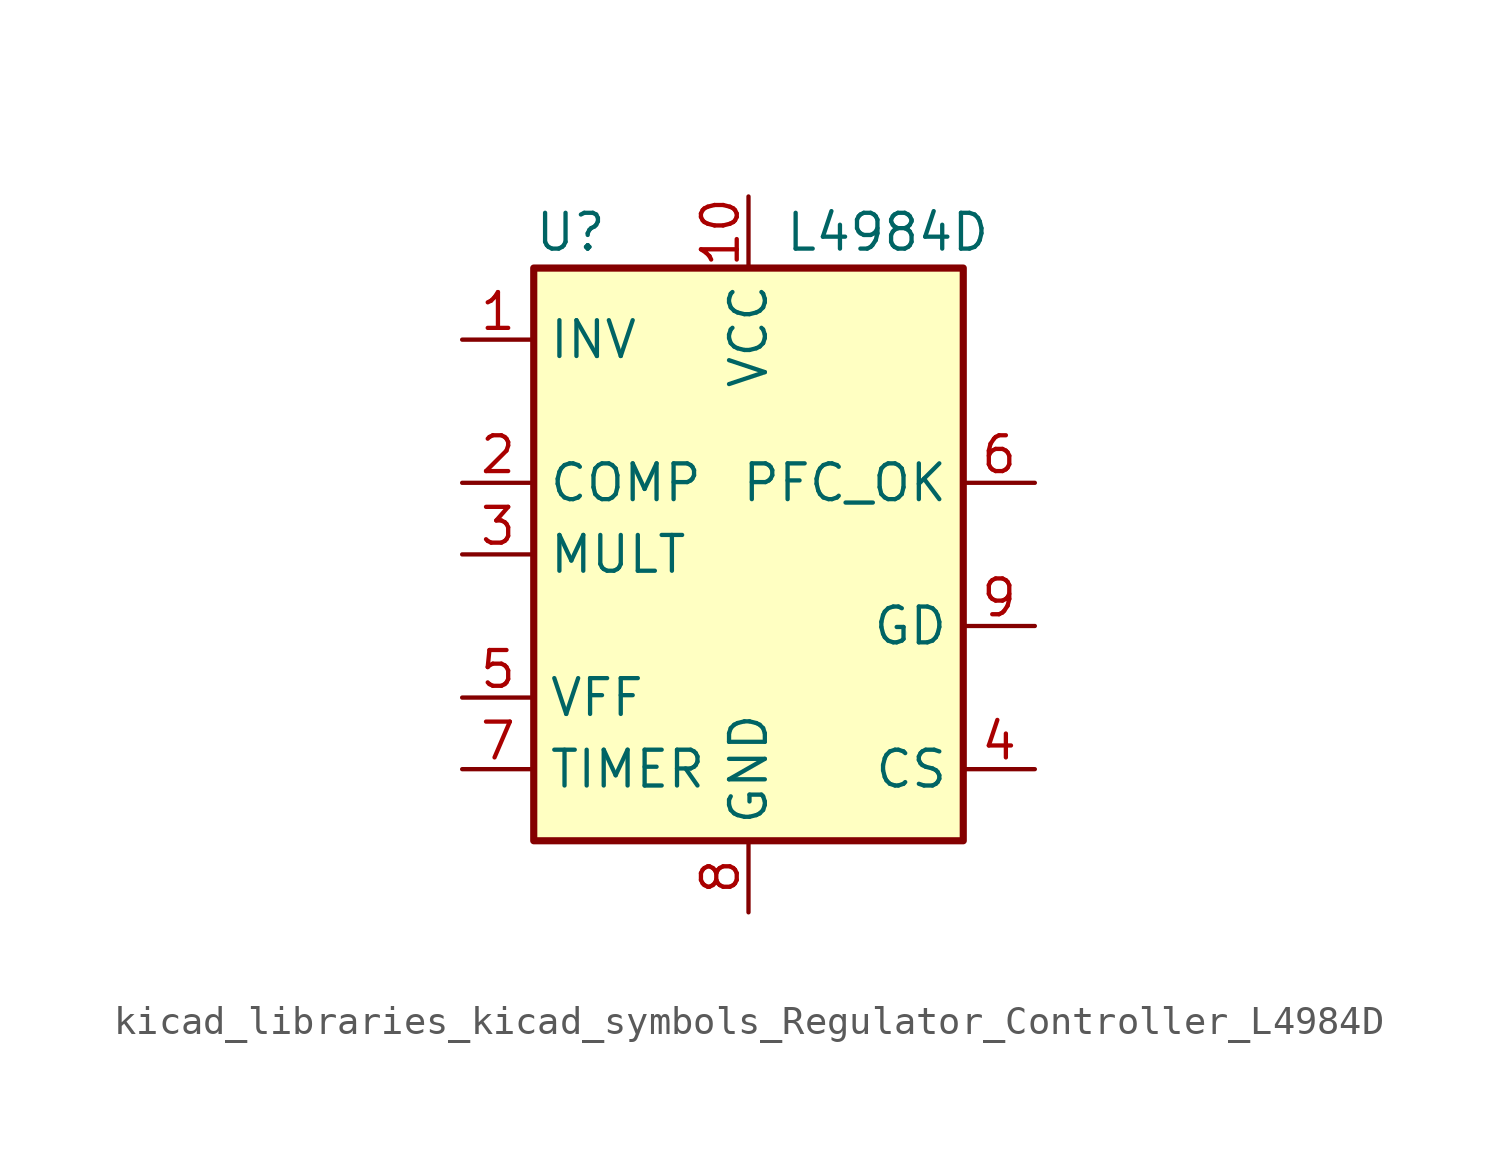
<source format=kicad_sym>
(kicad_symbol_lib
  (version 20220914)
  (generator kicad_symbol_editor)
  (symbol "kicad_libraries_kicad_symbols_Regulator_Controller_L4984D"
    (property "Reference" "U"
      (at -7.62 11.43 0)
      (effects (font (size 1.27 1.27)) (justify left)))
    (property "Value" "L4984D"
      (at 1.27 11.43 0)
      (effects (font (size 1.27 1.27)) (justify left)))
    (symbol "kicad_libraries_kicad_symbols_Regulator_Controller_L4984D_0_0"
      (rectangle (start -7.62 10.16) (end 7.62 -10.16) (stroke (width 0.254) (type default)) (fill (type background))))
    (symbol "kicad_libraries_kicad_symbols_Regulator_Controller_L4984D_1_1"
      (pin input line (at -10.16 7.62 0) (length 2.54) (name "INV" (effects (font (size 1.27 1.27)))) (number "1" (effects (font (size 1.27 1.27)))))
      (pin power_in line (at 0 12.7 270) (length 2.54) (name "VCC" (effects (font (size 1.27 1.27)))) (number "10" (effects (font (size 1.27 1.27)))))
      (pin output line (at -10.16 2.54 0) (length 2.54) (name "COMP" (effects (font (size 1.27 1.27)))) (number "2" (effects (font (size 1.27 1.27)))))
      (pin input line (at -10.16 0 0) (length 2.54) (name "MULT" (effects (font (size 1.27 1.27)))) (number "3" (effects (font (size 1.27 1.27)))))
      (pin input line (at 10.16 -7.62 180) (length 2.54) (name "CS" (effects (font (size 1.27 1.27)))) (number "4" (effects (font (size 1.27 1.27)))))
      (pin passive line (at -10.16 -5.08 0) (length 2.54) (name "VFF" (effects (font (size 1.27 1.27)))) (number "5" (effects (font (size 1.27 1.27)))))
      (pin input line (at 10.16 2.54 180) (length 2.54) (name "PFC_OK" (effects (font (size 1.27 1.27)))) (number "6" (effects (font (size 1.27 1.27)))))
      (pin passive line (at -10.16 -7.62 0) (length 2.54) (name "TIMER" (effects (font (size 1.27 1.27)))) (number "7" (effects (font (size 1.27 1.27)))))
      (pin power_in line (at 0 -12.7 90) (length 2.54) (name "GND" (effects (font (size 1.27 1.27)))) (number "8" (effects (font (size 1.27 1.27)))))
      (pin output line (at 10.16 -2.54 180) (length 2.54) (name "GD" (effects (font (size 1.27 1.27)))) (number "9" (effects (font (size 1.27 1.27))))))))
</source>
